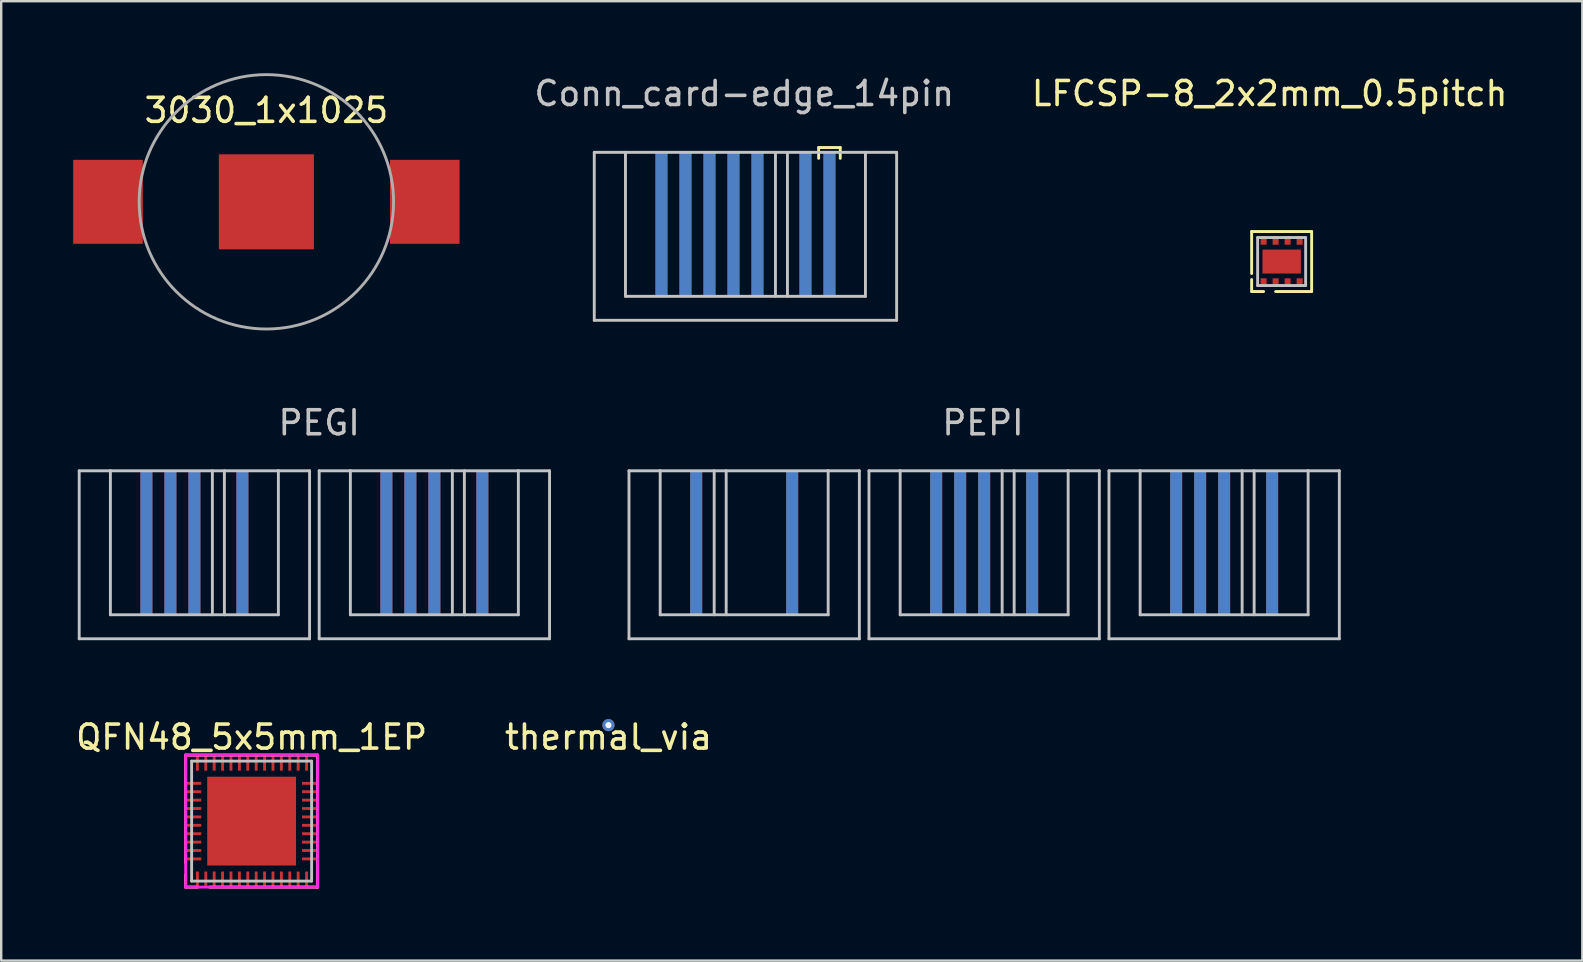
<source format=kicad_pcb>
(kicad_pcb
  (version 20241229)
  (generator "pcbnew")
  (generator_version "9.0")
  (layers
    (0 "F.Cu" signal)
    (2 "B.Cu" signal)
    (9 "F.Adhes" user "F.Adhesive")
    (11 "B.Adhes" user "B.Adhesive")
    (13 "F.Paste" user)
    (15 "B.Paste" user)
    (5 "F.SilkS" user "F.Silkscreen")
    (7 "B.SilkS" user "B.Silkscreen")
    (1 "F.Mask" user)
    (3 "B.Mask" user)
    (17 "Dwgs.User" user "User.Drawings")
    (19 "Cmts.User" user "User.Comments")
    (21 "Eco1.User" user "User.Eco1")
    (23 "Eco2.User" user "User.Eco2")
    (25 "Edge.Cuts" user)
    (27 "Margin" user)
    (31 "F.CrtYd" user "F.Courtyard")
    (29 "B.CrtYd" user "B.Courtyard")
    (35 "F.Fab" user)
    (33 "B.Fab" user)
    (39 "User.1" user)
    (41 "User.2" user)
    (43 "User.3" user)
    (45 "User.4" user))
  (footprint "QFN48_5x5mm_1EP"
    (layer "F.Cu")
    (at 4.935 33.666)
    (property "Reference" "QFN48_5x5mm_1EP" (at 2.5 -6 0) (layer "F.SilkS") (effects (font (size 1 1) (thickness 0.15))))
    (attr through_hole)
    (fp_line (start -0.25 -5.25) (end -0.25 -0.75) (stroke (width 0.12) (type solid)) (layer "F.SilkS"))
    (fp_line (start -0.25 0.25) (end -0.25 -0.25) (stroke (width 0.12) (type solid)) (layer "F.SilkS"))
    (fp_line (start 0.25 0.25) (end -0.25 0.25) (stroke (width 0.12) (type solid)) (layer "F.SilkS"))
    (fp_line (start 0.75 0.25) (end 5.25 0.25) (stroke (width 0.12) (type solid)) (layer "F.SilkS"))
    (fp_line (start 5.25 -5.25) (end -0.25 -5.25) (stroke (width 0.12) (type solid)) (layer "F.SilkS"))
    (fp_line (start 5.25 0.25) (end 5.25 -5.25) (stroke (width 0.12) (type solid)) (layer "F.SilkS"))
    (fp_line (start 0 -5) (end 0 0) (stroke (width 0.12) (type solid)) (layer "Dwgs.User"))
    (fp_line (start 0 0) (end 5 0) (stroke (width 0.12) (type solid)) (layer "Dwgs.User"))
    (fp_line (start 5 -5) (end 0 -5) (stroke (width 0.12) (type solid)) (layer "Dwgs.User"))
    (fp_line (start 5 0) (end 5 -5) (stroke (width 0.12) (type solid)) (layer "Dwgs.User"))
    (fp_line (start -0.25 -5.25) (end -0.25 0.25) (stroke (width 0.12) (type solid)) (layer "F.CrtYd"))
    (fp_line (start -0.25 0.25) (end 5.25 0.25) (stroke (width 0.12) (type solid)) (layer "F.CrtYd"))
    (fp_line (start 5.25 -5.25) (end -0.25 -5.25) (stroke (width 0.12) (type solid)) (layer "F.CrtYd"))
    (fp_line (start 5.25 0.25) (end 5.25 -5.25) (stroke (width 0.12) (type solid)) (layer "F.CrtYd"))
    (pad "1" smd rect (at 0.24 -0.1) (size 0.12 0.6) (layers "F.Cu" "F.Mask" "F.Paste"))
    (pad "2" smd rect (at 0.59 -0.1) (size 0.12 0.6) (layers "F.Cu" "F.Mask" "F.Paste"))
    (pad "3" smd rect (at 0.94 -0.1) (size 0.12 0.6) (layers "F.Cu" "F.Mask" "F.Paste"))
    (pad "4" smd rect (at 1.29 -0.1) (size 0.12 0.6) (layers "F.Cu" "F.Mask" "F.Paste"))
    (pad "5" smd rect (at 1.64 -0.1) (size 0.12 0.6) (layers "F.Cu" "F.Mask" "F.Paste"))
    (pad "6" smd rect (at 1.99 -0.1) (size 0.12 0.6) (layers "F.Cu" "F.Mask" "F.Paste"))
    (pad "7" smd rect (at 2.34 -0.1) (size 0.12 0.6) (layers "F.Cu" "F.Mask" "F.Paste"))
    (pad "8" smd rect (at 2.69 -0.1) (size 0.12 0.6) (layers "F.Cu" "F.Mask" "F.Paste"))
    (pad "9" smd rect (at 3.04 -0.1) (size 0.12 0.6) (layers "F.Cu" "F.Mask" "F.Paste"))
    (pad "10" smd rect (at 3.39 -0.1) (size 0.12 0.6) (layers "F.Cu" "F.Mask" "F.Paste"))
    (pad "11" smd rect (at 3.74 -0.1) (size 0.12 0.6) (layers "F.Cu" "F.Mask" "F.Paste"))
    (pad "12" smd rect (at 4.09 -0.1) (size 0.12 0.6) (layers "F.Cu" "F.Mask" "F.Paste"))
    (pad "13" smd rect (at 4.44 -0.1) (size 0.12 0.6) (layers "F.Cu" "F.Mask" "F.Paste"))
    (pad "14" smd rect (at 4.79 -0.1) (size 0.12 0.6) (layers "F.Cu" "F.Mask" "F.Paste"))
    (pad "15" smd rect (at 4.9 -0.925 90) (size 0.12 0.6) (layers "F.Cu" "F.Mask" "F.Paste"))
    (pad "16" smd rect (at 4.9 -1.275 90) (size 0.12 0.6) (layers "F.Cu" "F.Mask" "F.Paste"))
    (pad "17" smd rect (at 4.9 -1.625 90) (size 0.12 0.6) (layers "F.Cu" "F.Mask" "F.Paste"))
    (pad "18" smd rect (at 4.9 -1.975 90) (size 0.12 0.6) (layers "F.Cu" "F.Mask" "F.Paste"))
    (pad "19" smd rect (at 4.9 -2.325 90) (size 0.12 0.6) (layers "F.Cu" "F.Mask" "F.Paste"))
    (pad "20" smd rect (at 4.9 -2.675 90) (size 0.12 0.6) (layers "F.Cu" "F.Mask" "F.Paste"))
    (pad "21" smd rect (at 4.9 -3.025 90) (size 0.12 0.6) (layers "F.Cu" "F.Mask" "F.Paste"))
    (pad "22" smd rect (at 4.9 -3.375 90) (size 0.12 0.6) (layers "F.Cu" "F.Mask" "F.Paste"))
    (pad "23" smd rect (at 4.9 -3.725 90) (size 0.12 0.6) (layers "F.Cu" "F.Mask" "F.Paste"))
    (pad "24" smd rect (at 4.9 -4.075 90) (size 0.12 0.6) (layers "F.Cu" "F.Mask" "F.Paste"))
    (pad "25" smd rect (at 4.79 -4.9) (size 0.12 0.6) (layers "F.Cu" "F.Mask" "F.Paste"))
    (pad "26" smd rect (at 4.44 -4.9) (size 0.12 0.6) (layers "F.Cu" "F.Mask" "F.Paste"))
    (pad "27" smd rect (at 4.09 -4.9) (size 0.12 0.6) (layers "F.Cu" "F.Mask" "F.Paste"))
    (pad "28" smd rect (at 3.74 -4.9) (size 0.12 0.6) (layers "F.Cu" "F.Mask" "F.Paste"))
    (pad "29" smd rect (at 3.39 -4.9) (size 0.12 0.6) (layers "F.Cu" "F.Mask" "F.Paste"))
    (pad "30" smd rect (at 3.04 -4.9) (size 0.12 0.6) (layers "F.Cu" "F.Mask" "F.Paste"))
    (pad "31" smd rect (at 2.69 -4.9) (size 0.12 0.6) (layers "F.Cu" "F.Mask" "F.Paste"))
    (pad "32" smd rect (at 2.34 -4.9) (size 0.12 0.6) (layers "F.Cu" "F.Mask" "F.Paste"))
    (pad "33" smd rect (at 1.99 -4.9) (size 0.12 0.6) (layers "F.Cu" "F.Mask" "F.Paste"))
    (pad "34" smd rect (at 1.64 -4.9) (size 0.12 0.6) (layers "F.Cu" "F.Mask" "F.Paste"))
    (pad "35" smd rect (at 1.29 -4.9) (size 0.12 0.6) (layers "F.Cu" "F.Mask" "F.Paste"))
    (pad "36" smd rect (at 0.94 -4.9) (size 0.12 0.6) (layers "F.Cu" "F.Mask" "F.Paste"))
    (pad "37" smd rect (at 0.59 -4.9) (size 0.12 0.6) (layers "F.Cu" "F.Mask" "F.Paste"))
    (pad "38" smd rect (at 0.24 -4.9) (size 0.12 0.6) (layers "F.Cu" "F.Mask" "F.Paste"))
    (pad "39" smd rect (at 0.1 -4.075 90) (size 0.12 0.6) (layers "F.Cu" "F.Mask" "F.Paste"))
    (pad "40" smd rect (at 0.1 -3.725 90) (size 0.12 0.6) (layers "F.Cu" "F.Mask" "F.Paste"))
    (pad "41" smd rect (at 0.1 -3.375 90) (size 0.12 0.6) (layers "F.Cu" "F.Mask" "F.Paste"))
    (pad "42" smd rect (at 0.1 -3.025 90) (size 0.12 0.6) (layers "F.Cu" "F.Mask" "F.Paste"))
    (pad "43" smd rect (at 0.1 -2.675 90) (size 0.12 0.6) (layers "F.Cu" "F.Mask" "F.Paste"))
    (pad "44" smd rect (at 0.1 -2.325 90) (size 0.12 0.6) (layers "F.Cu" "F.Mask" "F.Paste"))
    (pad "45" smd rect (at 0.1 -1.975 90) (size 0.12 0.6) (layers "F.Cu" "F.Mask" "F.Paste"))
    (pad "46" smd rect (at 0.1 -1.625 90) (size 0.12 0.6) (layers "F.Cu" "F.Mask" "F.Paste"))
    (pad "47" smd rect (at 0.1 -1.275 90) (size 0.12 0.6) (layers "F.Cu" "F.Mask" "F.Paste"))
    (pad "48" smd rect (at 0.1 -0.925 90) (size 0.12 0.6) (layers "F.Cu" "F.Mask" "F.Paste"))
    (pad "49" smd rect (at 2.5 -2.5) (size 3.7 3.7) (layers "F.Cu" "F.Mask" "F.Paste")))
  (footprint "LFCSP-8_2x2mm_0.5pitch"
    (layer "F.Cu")
    (at 50.356 7.848)
    (property "Reference" "LFCSP-8_2x2mm_0.5pitch" (at -0.5 -7 0) (layer "F.SilkS") (effects (font (size 1 1) (thickness 0.15))))
    (attr through_hole)
    (fp_line (start -1.25 -1.25) (end -1.25 0.5) (stroke (width 0.12) (type solid)) (layer "F.SilkS"))
    (fp_line (start -1.25 1.25) (end -1.25 0.75) (stroke (width 0.12) (type solid)) (layer "F.SilkS"))
    (fp_line (start -0.75 1.25) (end -1.25 1.25) (stroke (width 0.12) (type solid)) (layer "F.SilkS"))
    (fp_line (start -0.25 1.25) (end 1.25 1.25) (stroke (width 0.12) (type solid)) (layer "F.SilkS"))
    (fp_line (start 1.25 -1.25) (end -1.25 -1.25) (stroke (width 0.12) (type solid)) (layer "F.SilkS"))
    (fp_line (start 1.25 1.25) (end 1.25 -1.25) (stroke (width 0.12) (type solid)) (layer "F.SilkS"))
    (fp_line (start -1 -1) (end -1 1) (stroke (width 0.12) (type solid)) (layer "Dwgs.User"))
    (fp_line (start -1 1) (end 1 1) (stroke (width 0.12) (type solid)) (layer "Dwgs.User"))
    (fp_line (start 1 -1) (end -1 -1) (stroke (width 0.12) (type solid)) (layer "Dwgs.User"))
    (fp_line (start 1 1) (end 1 -1) (stroke (width 0.12) (type solid)) (layer "Dwgs.User"))
    (pad "1" smd rect (at -0.75 0.875) (size 0.25 0.35) (layers "F.Cu" "F.Mask" "F.Paste"))
    (pad "2" smd rect (at -0.25 0.875) (size 0.25 0.35) (layers "F.Cu" "F.Mask" "F.Paste"))
    (pad "3" smd rect (at 0.25 0.875) (size 0.25 0.35) (layers "F.Cu" "F.Mask" "F.Paste"))
    (pad "4" smd rect (at 0 0) (size 1.6 1) (layers "F.Cu" "F.Mask" "F.Paste"))
    (pad "4" smd rect (at 0.75 0.875) (size 0.25 0.35) (layers "F.Cu" "F.Mask" "F.Paste"))
    (pad "5" smd rect (at 0.75 -0.875) (size 0.25 0.35) (layers "F.Cu" "F.Mask" "F.Paste"))
    (pad "6" smd rect (at 0.25 -0.875) (size 0.25 0.35) (layers "F.Cu" "F.Mask" "F.Paste"))
    (pad "7" smd rect (at -0.25 -0.875) (size 0.25 0.35) (layers "F.Cu" "F.Mask" "F.Paste"))
    (pad "8" smd rect (at -0.75 -0.875) (size 0.25 0.35) (layers "F.Cu" "F.Mask" "F.Paste")))
  (footprint "Conn_card-edge_14pin"
    (layer "F.Cu")
    (at 21.713 10.298)
    (property "Reference" "Conn_card-edge_14pin" (at 6.25 -9.45 0) (layer "Dwgs.User") (effects (font (size 1 1) (thickness 0.15))))
    (attr through_hole)
    (fp_line (start 9.35 -7.2) (end 10.25 -7.2) (stroke (width 0.12) (type solid)) (layer "F.SilkS"))
    (fp_line (start 9.35 -6.75) (end 9.35 -7.2) (stroke (width 0.12) (type solid)) (layer "F.SilkS"))
    (fp_line (start 10.25 -7.2) (end 10.25 -6.75) (stroke (width 0.12) (type solid)) (layer "F.SilkS"))
    (fp_line (start 0 -7) (end 1.3 -7) (stroke (width 0.12) (type solid)) (layer "Dwgs.User"))
    (fp_line (start 0 0) (end 0 -7) (stroke (width 0.12) (type solid)) (layer "Dwgs.User"))
    (fp_line (start 1.3 -7) (end 1.3 -1) (stroke (width 0.12) (type solid)) (layer "Dwgs.User"))
    (fp_line (start 1.3 -1) (end 11.3 -1) (stroke (width 0.12) (type solid)) (layer "Dwgs.User"))
    (fp_line (start 7.55 -7) (end 7.55 -1) (stroke (width 0.12) (type solid)) (layer "Dwgs.User"))
    (fp_line (start 8.05 -7) (end 8.05 -1) (stroke (width 0.12) (type solid)) (layer "Dwgs.User"))
    (fp_line (start 11.3 -7) (end 1.3 -7) (stroke (width 0.12) (type solid)) (layer "Dwgs.User"))
    (fp_line (start 11.3 -7) (end 12.6 -7) (stroke (width 0.12) (type solid)) (layer "Dwgs.User"))
    (fp_line (start 11.3 -1) (end 11.3 -7) (stroke (width 0.12) (type solid)) (layer "Dwgs.User"))
    (fp_line (start 12.6 -7) (end 12.6 0) (stroke (width 0.12) (type solid)) (layer "Dwgs.User"))
    (fp_line (start 12.6 0) (end 0 0) (stroke (width 0.12) (type solid)) (layer "Dwgs.User"))
    (pad "1" smd rect (at 9.8 -4 90) (size 6 0.5) (layers "F.Cu" "F.Mask"))
    (pad "2" smd rect (at 8.8 -4 90) (size 6 0.5) (layers "F.Cu" "F.Mask"))
    (pad "3" smd rect (at 6.8 -4 90) (size 6 0.5) (layers "F.Cu" "F.Mask"))
    (pad "4" smd rect (at 5.8 -4 90) (size 6 0.5) (layers "F.Cu" "F.Mask"))
    (pad "5" smd rect (at 4.8 -4 90) (size 6 0.5) (layers "F.Cu" "F.Mask"))
    (pad "6" smd rect (at 3.8 -4 90) (size 6 0.5) (layers "F.Cu" "F.Mask"))
    (pad "7" smd rect (at 2.8 -4 90) (size 6 0.5) (layers "F.Cu" "F.Mask"))
    (pad "8" smd rect (at 2.8 -4 90) (size 6 0.5) (layers "B.Cu" "B.Mask"))
    (pad "9" smd rect (at 3.8 -4 90) (size 6 0.5) (layers "B.Cu" "B.Mask"))
    (pad "10" smd rect (at 4.8 -4 90) (size 6 0.5) (layers "B.Cu" "B.Mask"))
    (pad "11" smd rect (at 5.8 -4 90) (size 6 0.5) (layers "B.Cu" "B.Mask"))
    (pad "12" smd rect (at 6.8 -4 90) (size 6 0.5) (layers "B.Cu" "B.Mask"))
    (pad "13" smd rect (at 8.8 -4 90) (size 6 0.5) (layers "B.Cu" "B.Mask"))
    (pad "14" smd rect (at 9.8 -4 90) (size 6 0.5) (layers "B.Cu" "B.Mask")))
  (footprint "PEGI"
    (layer "F.Cu")
    (at 0.25 23.568)
    (property "Reference" "PEGI" (at 10 -9 0) (layer "Dwgs.User") (effects (font (size 1 1) (thickness 0.15))))
    (attr through_hole)
    (fp_line (start 0 -7) (end 1.3 -7) (stroke (width 0.12) (type solid)) (layer "Dwgs.User"))
    (fp_line (start 0 0) (end 0 -7) (stroke (width 0.12) (type solid)) (layer "Dwgs.User"))
    (fp_line (start 1.3 -7) (end 1.3 -1) (stroke (width 0.12) (type solid)) (layer "Dwgs.User"))
    (fp_line (start 1.3 -1) (end 8.3 -1) (stroke (width 0.12) (type solid)) (layer "Dwgs.User"))
    (fp_line (start 5.55 -7) (end 5.55 -1) (stroke (width 0.12) (type solid)) (layer "Dwgs.User"))
    (fp_line (start 6.05 -7) (end 6.05 -1) (stroke (width 0.12) (type solid)) (layer "Dwgs.User"))
    (fp_line (start 8.3 -7) (end 1.3 -7) (stroke (width 0.12) (type solid)) (layer "Dwgs.User"))
    (fp_line (start 8.3 -7) (end 9.6 -7) (stroke (width 0.12) (type solid)) (layer "Dwgs.User"))
    (fp_line (start 8.3 -1) (end 8.3 -7) (stroke (width 0.12) (type solid)) (layer "Dwgs.User"))
    (fp_line (start 9.6 -7) (end 9.6 0) (stroke (width 0.12) (type solid)) (layer "Dwgs.User"))
    (fp_line (start 9.6 0) (end 0 0) (stroke (width 0.12) (type solid)) (layer "Dwgs.User"))
    (fp_line (start 10 -7) (end 10 0) (stroke (width 0.12) (type solid)) (layer "Dwgs.User"))
    (fp_line (start 10 0) (end 19.6 0) (stroke (width 0.12) (type solid)) (layer "Dwgs.User"))
    (fp_line (start 11.3 -7) (end 10 -7) (stroke (width 0.12) (type solid)) (layer "Dwgs.User"))
    (fp_line (start 11.3 -7) (end 11.3 -1) (stroke (width 0.12) (type solid)) (layer "Dwgs.User"))
    (fp_line (start 11.3 -1) (end 18.3 -1) (stroke (width 0.12) (type solid)) (layer "Dwgs.User"))
    (fp_line (start 15.55 -7) (end 15.55 -1) (stroke (width 0.12) (type solid)) (layer "Dwgs.User"))
    (fp_line (start 16.05 -7) (end 16.05 -1) (stroke (width 0.12) (type solid)) (layer "Dwgs.User"))
    (fp_line (start 18.3 -7) (end 11.3 -7) (stroke (width 0.12) (type solid)) (layer "Dwgs.User"))
    (fp_line (start 18.3 -1) (end 18.3 -7) (stroke (width 0.12) (type solid)) (layer "Dwgs.User"))
    (fp_line (start 19.6 -7) (end 18.3 -7) (stroke (width 0.12) (type solid)) (layer "Dwgs.User"))
    (fp_line (start 19.6 0) (end 19.6 -7) (stroke (width 0.12) (type solid)) (layer "Dwgs.User"))
    (pad "1" smd rect (at 16.8 -4 90) (size 6 0.5) (layers "F.Cu" "F.Mask" "F.Paste"))
    (pad "2" smd rect (at 14.8 -4 90) (size 6 0.5) (layers "F.Cu" "F.Mask" "F.Paste"))
    (pad "3" smd rect (at 13.8 -4 90) (size 6 0.5) (layers "F.Cu" "F.Mask" "F.Paste"))
    (pad "4" smd rect (at 12.8 -4 90) (size 6 0.5) (layers "F.Cu" "F.Mask" "F.Paste"))
    (pad "5" smd rect (at 6.8 -4 90) (size 6 0.5) (layers "F.Cu" "F.Mask" "F.Paste"))
    (pad "6" smd rect (at 4.8 -4 90) (size 6 0.5) (layers "F.Cu" "F.Mask" "F.Paste"))
    (pad "7" smd rect (at 3.8 -4 90) (size 6 0.5) (layers "F.Cu" "F.Mask" "F.Paste"))
    (pad "8" smd rect (at 2.8 -4 90) (size 6 0.5) (layers "F.Cu" "F.Mask" "F.Paste"))
    (pad "9" smd rect (at 2.8 -4 90) (size 6 0.5) (layers "F.Mask" "B.Cu" "F.Paste"))
    (pad "10" smd rect (at 3.8 -4 90) (size 6 0.5) (layers "F.Mask" "B.Cu" "F.Paste"))
    (pad "11" smd rect (at 4.8 -4 90) (size 6 0.5) (layers "F.Mask" "B.Cu" "F.Paste"))
    (pad "12" smd rect (at 6.8 -4 90) (size 6 0.5) (layers "F.Mask" "B.Cu" "F.Paste"))
    (pad "13" smd rect (at 12.8 -4 90) (size 6 0.5) (layers "F.Mask" "B.Cu" "F.Paste"))
    (pad "14" smd rect (at 13.8 -4 90) (size 6 0.5) (layers "F.Mask" "B.Cu" "F.Paste"))
    (pad "15" smd rect (at 14.8 -4 90) (size 6 0.5) (layers "F.Mask" "B.Cu" "F.Paste"))
    (pad "16" smd rect (at 16.8 -4 90) (size 6 0.5) (layers "F.Mask" "B.Cu" "F.Paste")))
  (footprint "3030_1x1025"
    (layer "F.Cu")
    (at 8.05 5.36)
    (property "Reference" "3030_1x1025" (at 0 -3.81 0) (layer "F.SilkS") (effects (font (size 1 1) (thickness 0.15))))
    (attr through_hole)
    (fp_circle (center 0 0) (end 5.3 0) (stroke (width 0.12) (type solid)) (fill no) (layer "F.Fab"))
    (pad "1" smd rect (at -6.6 0) (size 2.9 3.5) (layers "F.Cu" "F.Mask" "F.Paste"))
    (pad "1" smd rect (at 6.6 0) (size 2.9 3.5) (layers "F.Cu" "F.Mask" "F.Paste"))
    (pad "2" smd rect (at 0 0) (size 3.96 3.96) (layers "F.Cu" "F.Mask" "F.Paste")))
  (footprint "thermal_via"
    (layer "F.Cu")
    (at 22.304 27.166)
    (property "Reference" "thermal_via" (at 0 0.5 0) (layer "F.SilkS") (effects (font (size 1 1) (thickness 0.15))))
    (attr through_hole)
    (pad "1" thru_hole circle (at 0 0) (size 0.508 0.508) (drill 0.254) (layers "*.Cu" "*.Mask")))
  (footprint "PEPI"
    (layer "F.Cu")
    (at 23.16 23.568)
    (property "Reference" "PEPI" (at 14.75 -9 0) (layer "Dwgs.User") (effects (font (size 1 1) (thickness 0.15))))
    (attr through_hole)
    (fp_line (start 0 -7) (end 1.3 -7) (stroke (width 0.12) (type solid)) (layer "Dwgs.User"))
    (fp_line (start 0 0) (end 0 -7) (stroke (width 0.12) (type solid)) (layer "Dwgs.User"))
    (fp_line (start 1.3 -7) (end 1.3 -1) (stroke (width 0.12) (type solid)) (layer "Dwgs.User"))
    (fp_line (start 1.3 -1) (end 8.3 -1) (stroke (width 0.12) (type solid)) (layer "Dwgs.User"))
    (fp_line (start 3.55 -7) (end 3.55 -1) (stroke (width 0.12) (type solid)) (layer "Dwgs.User"))
    (fp_line (start 4.05 -7) (end 4.05 -1) (stroke (width 0.12) (type solid)) (layer "Dwgs.User"))
    (fp_line (start 8.3 -7) (end 1.3 -7) (stroke (width 0.12) (type solid)) (layer "Dwgs.User"))
    (fp_line (start 8.3 -7) (end 9.6 -7) (stroke (width 0.12) (type solid)) (layer "Dwgs.User"))
    (fp_line (start 8.3 -1) (end 8.3 -7) (stroke (width 0.12) (type solid)) (layer "Dwgs.User"))
    (fp_line (start 9.6 -7) (end 9.6 0) (stroke (width 0.12) (type solid)) (layer "Dwgs.User"))
    (fp_line (start 9.6 0) (end 0 0) (stroke (width 0.12) (type solid)) (layer "Dwgs.User"))
    (fp_line (start 10 -7) (end 11.3 -7) (stroke (width 0.12) (type solid)) (layer "Dwgs.User"))
    (fp_line (start 10 0) (end 10 -7) (stroke (width 0.12) (type solid)) (layer "Dwgs.User"))
    (fp_line (start 11.3 -7) (end 11.3 -1) (stroke (width 0.12) (type solid)) (layer "Dwgs.User"))
    (fp_line (start 11.3 -1) (end 18.3 -1) (stroke (width 0.12) (type solid)) (layer "Dwgs.User"))
    (fp_line (start 15.55 -7) (end 15.55 -1) (stroke (width 0.12) (type solid)) (layer "Dwgs.User"))
    (fp_line (start 16.05 -7) (end 16.05 -1) (stroke (width 0.12) (type solid)) (layer "Dwgs.User"))
    (fp_line (start 18.3 -7) (end 11.3 -7) (stroke (width 0.12) (type solid)) (layer "Dwgs.User"))
    (fp_line (start 18.3 -7) (end 19.6 -7) (stroke (width 0.12) (type solid)) (layer "Dwgs.User"))
    (fp_line (start 18.3 -1) (end 18.3 -7) (stroke (width 0.12) (type solid)) (layer "Dwgs.User"))
    (fp_line (start 19.6 -7) (end 19.6 0) (stroke (width 0.12) (type solid)) (layer "Dwgs.User"))
    (fp_line (start 19.6 0) (end 10 0) (stroke (width 0.12) (type solid)) (layer "Dwgs.User"))
    (fp_line (start 20 -7) (end 20 0) (stroke (width 0.12) (type solid)) (layer "Dwgs.User"))
    (fp_line (start 20 0) (end 29.6 0) (stroke (width 0.12) (type solid)) (layer "Dwgs.User"))
    (fp_line (start 21.3 -7) (end 20 -7) (stroke (width 0.12) (type solid)) (layer "Dwgs.User"))
    (fp_line (start 21.3 -7) (end 21.3 -1) (stroke (width 0.12) (type solid)) (layer "Dwgs.User"))
    (fp_line (start 21.3 -1) (end 28.3 -1) (stroke (width 0.12) (type solid)) (layer "Dwgs.User"))
    (fp_line (start 25.55 -7) (end 25.55 -1) (stroke (width 0.12) (type solid)) (layer "Dwgs.User"))
    (fp_line (start 26.05 -7) (end 26.05 -1) (stroke (width 0.12) (type solid)) (layer "Dwgs.User"))
    (fp_line (start 28.3 -7) (end 21.3 -7) (stroke (width 0.12) (type solid)) (layer "Dwgs.User"))
    (fp_line (start 28.3 -1) (end 28.3 -7) (stroke (width 0.12) (type solid)) (layer "Dwgs.User"))
    (fp_line (start 29.6 -7) (end 28.3 -7) (stroke (width 0.12) (type solid)) (layer "Dwgs.User"))
    (fp_line (start 29.6 0) (end 29.6 -7) (stroke (width 0.12) (type solid)) (layer "Dwgs.User"))
    (pad "1" smd rect (at 26.8 -4 90) (size 6 0.5) (layers "F.Cu" "F.Mask" "F.Paste"))
    (pad "2" smd rect (at 24.8 -4 90) (size 6 0.5) (layers "F.Cu" "F.Mask" "F.Paste"))
    (pad "3" smd rect (at 23.8 -4 90) (size 6 0.5) (layers "F.Cu" "F.Mask" "F.Paste"))
    (pad "4" smd rect (at 22.8 -4 90) (size 6 0.5) (layers "F.Cu" "F.Mask" "F.Paste"))
    (pad "5" smd rect (at 16.8 -4 90) (size 6 0.5) (layers "F.Cu" "F.Mask" "F.Paste"))
    (pad "6" smd rect (at 14.8 -4 90) (size 6 0.5) (layers "F.Cu" "F.Mask" "F.Paste"))
    (pad "7" smd rect (at 13.8 -4 90) (size 6 0.5) (layers "F.Cu" "F.Mask" "F.Paste"))
    (pad "8" smd rect (at 12.8 -4 90) (size 6 0.5) (layers "F.Cu" "F.Mask" "F.Paste"))
    (pad "9" smd rect (at 6.8 -4 90) (size 6 0.5) (layers "F.Cu" "F.Mask" "F.Paste"))
    (pad "10" smd rect (at 2.8 -4 90) (size 6 0.5) (layers "F.Cu" "F.Mask" "F.Paste"))
    (pad "11" smd rect (at 2.8 -4 90) (size 6 0.5) (layers "B.Cu" "B.Mask" "F.Paste"))
    (pad "12" smd rect (at 6.8 -4 90) (size 6 0.5) (layers "B.Cu" "B.Mask" "F.Paste"))
    (pad "13" smd rect (at 12.8 -4 90) (size 6 0.5) (layers "*.Mask" "B.Cu" "F.Paste"))
    (pad "14" smd rect (at 13.8 -4 90) (size 6 0.5) (layers "B.Cu" "B.Mask" "F.Paste"))
    (pad "15" smd rect (at 14.8 -4 90) (size 6 0.5) (layers "B.Cu" "B.Mask" "F.Paste"))
    (pad "16" smd rect (at 16.8 -4 90) (size 6 0.5) (layers "B.Cu" "B.Mask" "F.Paste"))
    (pad "17" smd rect (at 22.8 -4 90) (size 6 0.5) (layers "B.Cu" "B.Mask" "F.Paste"))
    (pad "18" smd rect (at 23.8 -4 90) (size 6 0.5) (layers "B.Cu" "B.Mask" "F.Paste"))
    (pad "19" smd rect (at 24.8 -4 90) (size 6 0.5) (layers "B.Cu" "B.Mask" "F.Paste"))
    (pad "20" smd rect (at 26.8 -4 90) (size 6 0.5) (layers "B.Cu" "B.Mask" "F.Paste")))
  (gr_rect
    (start -3 -3)
    (end 62.886 36.977)
    (stroke (width 0.1) (type default))
    (fill no)
    (layer "Edge.Cuts")))
</source>
